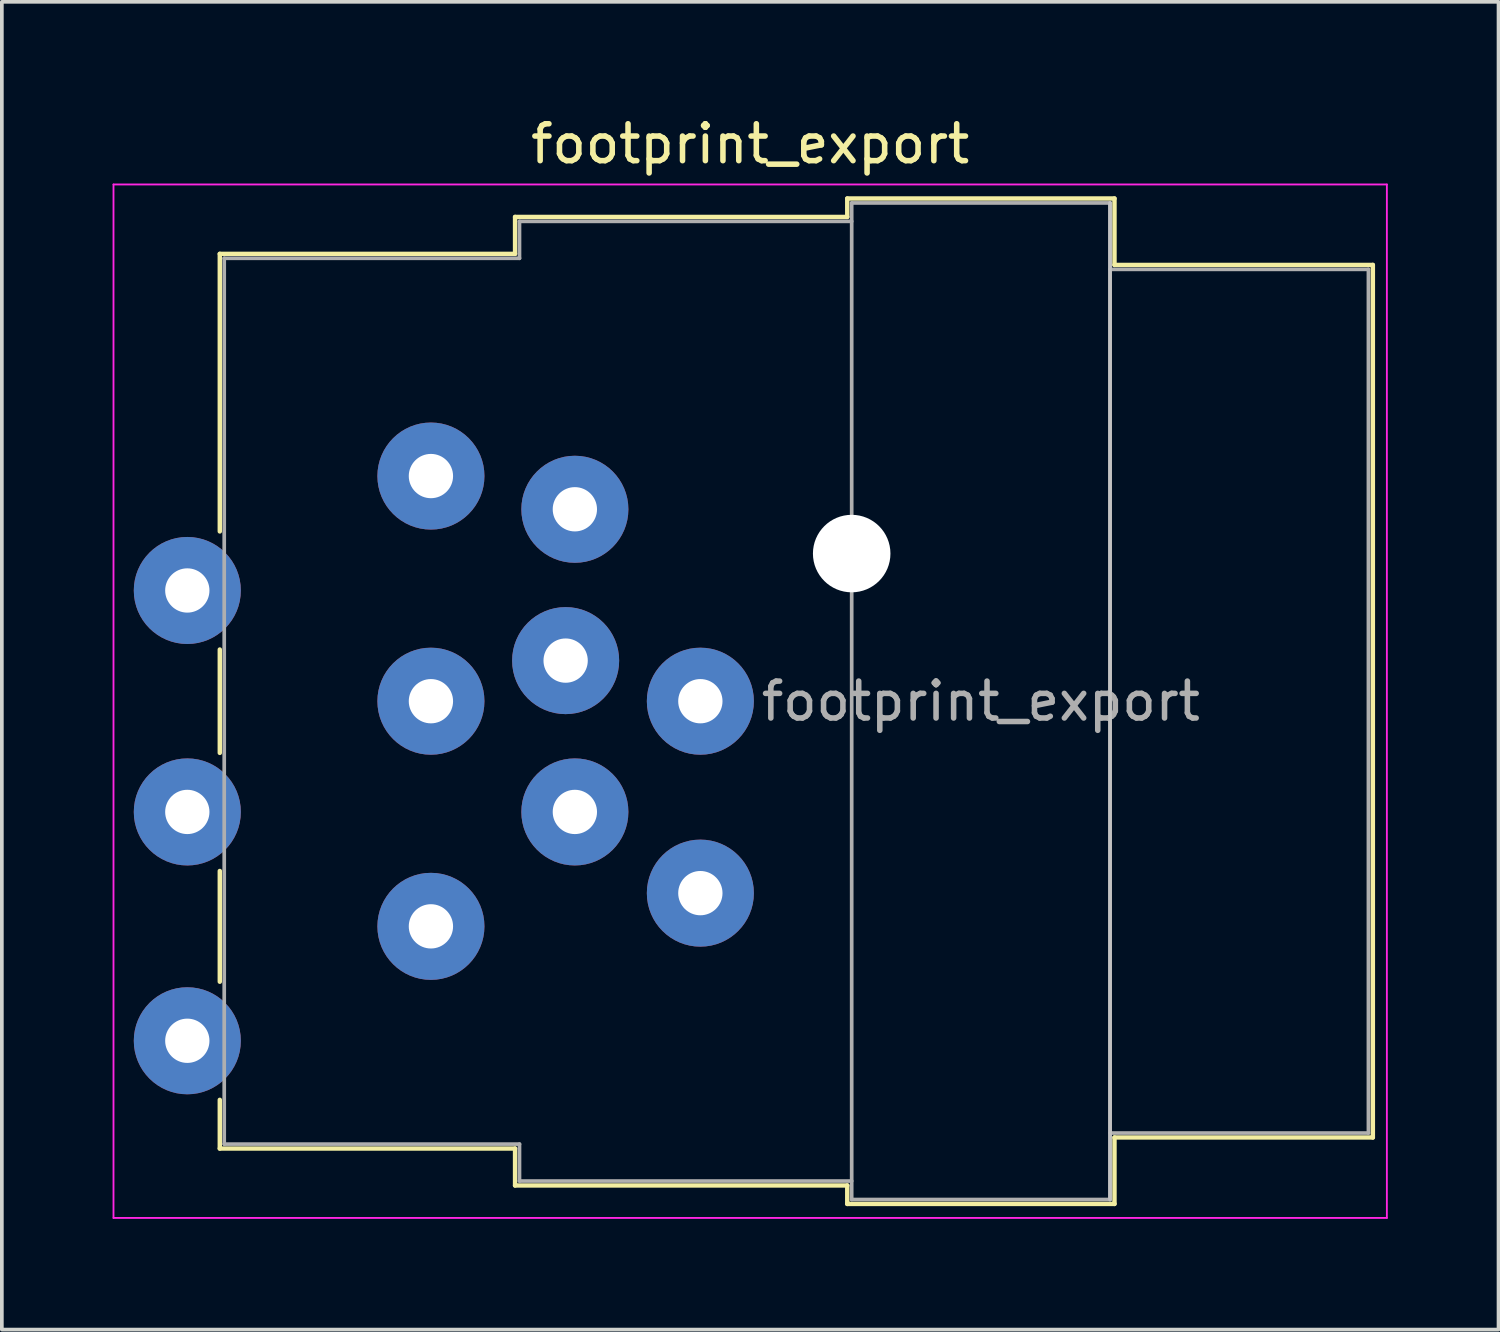
<source format=kicad_pcb>
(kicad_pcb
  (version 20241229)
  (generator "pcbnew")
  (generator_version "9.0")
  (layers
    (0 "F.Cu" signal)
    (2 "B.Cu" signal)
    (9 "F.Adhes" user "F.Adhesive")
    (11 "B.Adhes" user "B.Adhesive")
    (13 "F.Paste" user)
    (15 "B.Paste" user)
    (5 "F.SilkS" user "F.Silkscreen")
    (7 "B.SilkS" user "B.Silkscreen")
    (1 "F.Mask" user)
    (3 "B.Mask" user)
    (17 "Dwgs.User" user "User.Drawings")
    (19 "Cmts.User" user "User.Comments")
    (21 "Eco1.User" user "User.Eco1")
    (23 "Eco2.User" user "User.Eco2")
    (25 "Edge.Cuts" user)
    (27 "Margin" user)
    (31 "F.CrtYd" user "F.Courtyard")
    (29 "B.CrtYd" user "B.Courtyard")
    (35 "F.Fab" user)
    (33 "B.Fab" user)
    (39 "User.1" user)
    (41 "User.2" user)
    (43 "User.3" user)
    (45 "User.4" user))
  (footprint "footprint_export"
    (layer "F.Cu")
    (at 8.625 9.848)
    (property "Reference" "footprint_export" (at 8.65 -9 0) (layer "F.SilkS") (effects (font (size 1 1) (thickness 0.15))))
    (attr through_hole)
    (fp_line (start -5.72 -6.02) (end -5.72 1.5) (stroke (width 0.12) (type solid)) (layer "F.SilkS"))
    (fp_line (start -5.72 4.7) (end -5.72 7.5) (stroke (width 0.12) (type solid)) (layer "F.SilkS"))
    (fp_line (start -5.72 10.7) (end -5.72 13.7) (stroke (width 0.12) (type solid)) (layer "F.SilkS"))
    (fp_line (start -5.72 16.9) (end -5.72 18.22) (stroke (width 0.12) (type solid)) (layer "F.SilkS"))
    (fp_line (start 2.28 -7.02) (end 2.28 -6.02) (stroke (width 0.12) (type solid)) (layer "F.SilkS"))
    (fp_line (start 2.28 -6.02) (end -5.72 -6.02) (stroke (width 0.12) (type solid)) (layer "F.SilkS"))
    (fp_line (start 2.28 18.22) (end -5.72 18.22) (stroke (width 0.12) (type solid)) (layer "F.SilkS"))
    (fp_line (start 2.28 19.22) (end 2.28 18.22) (stroke (width 0.12) (type solid)) (layer "F.SilkS"))
    (fp_line (start 11.28 -7.02) (end 2.28 -7.02) (stroke (width 0.12) (type solid)) (layer "F.SilkS"))
    (fp_line (start 11.28 -7.02) (end 11.28 -7.52) (stroke (width 0.12) (type solid)) (layer "F.SilkS"))
    (fp_line (start 11.28 19.22) (end 2.28 19.22) (stroke (width 0.12) (type solid)) (layer "F.SilkS"))
    (fp_line (start 11.28 19.72) (end 11.28 19.22) (stroke (width 0.12) (type solid)) (layer "F.SilkS"))
    (fp_line (start 18.52 -7.52) (end 11.28 -7.52) (stroke (width 0.12) (type solid)) (layer "F.SilkS"))
    (fp_line (start 18.52 -7.52) (end 18.52 -5.72) (stroke (width 0.12) (type solid)) (layer "F.SilkS"))
    (fp_line (start 18.52 -5.72) (end 25.52 -5.72) (stroke (width 0.12) (type solid)) (layer "F.SilkS"))
    (fp_line (start 18.52 17.92) (end 18.52 19.72) (stroke (width 0.12) (type solid)) (layer "F.SilkS"))
    (fp_line (start 18.52 17.92) (end 25.52 17.92) (stroke (width 0.12) (type solid)) (layer "F.SilkS"))
    (fp_line (start 18.52 19.72) (end 11.28 19.72) (stroke (width 0.12) (type solid)) (layer "F.SilkS"))
    (fp_line (start 25.52 -5.72) (end 25.52 17.92) (stroke (width 0.12) (type solid)) (layer "F.SilkS"))
    (fp_line (start 18.4 -7.4) (end 18.4 19.6) (stroke (width 0.1) (type solid)) (layer "Dwgs.User"))
    (fp_line (start -8.6 -7.9) (end -8.6 20.1) (stroke (width 0.05) (type solid)) (layer "F.CrtYd"))
    (fp_line (start 25.9 -7.9) (end -8.6 -7.9) (stroke (width 0.05) (type solid)) (layer "F.CrtYd"))
    (fp_line (start 25.9 -7.9) (end 25.9 20.1) (stroke (width 0.05) (type solid)) (layer "F.CrtYd"))
    (fp_line (start 25.9 20.1) (end -8.6 20.1) (stroke (width 0.05) (type solid)) (layer "F.CrtYd"))
    (fp_line (start -5.6 -5.9) (end -5.6 18.1) (stroke (width 0.1) (type solid)) (layer "F.Fab"))
    (fp_line (start -5.6 18.1) (end 2.4 18.1) (stroke (width 0.1) (type solid)) (layer "F.Fab"))
    (fp_line (start 2.4 -6.9) (end 2.4 -5.9) (stroke (width 0.1) (type solid)) (layer "F.Fab"))
    (fp_line (start 2.4 -5.9) (end -5.6 -5.9) (stroke (width 0.1) (type solid)) (layer "F.Fab"))
    (fp_line (start 2.4 18.1) (end 2.4 19.1) (stroke (width 0.1) (type solid)) (layer "F.Fab"))
    (fp_line (start 2.4 19.1) (end 11.4 19.1) (stroke (width 0.1) (type solid)) (layer "F.Fab"))
    (fp_line (start 11.4 -7.4) (end 18.4 -7.4) (stroke (width 0.1) (type solid)) (layer "F.Fab"))
    (fp_line (start 11.4 -6.9) (end 2.4 -6.9) (stroke (width 0.1) (type solid)) (layer "F.Fab"))
    (fp_line (start 11.4 19.6) (end 11.4 -7.4) (stroke (width 0.1) (type solid)) (layer "F.Fab"))
    (fp_line (start 18.4 -7.4) (end 18.4 19.6) (stroke (width 0.1) (type solid)) (layer "F.Fab"))
    (fp_line (start 18.4 -5.6) (end 25.4 -5.6) (stroke (width 0.1) (type solid)) (layer "F.Fab"))
    (fp_line (start 18.4 19.6) (end 11.4 19.6) (stroke (width 0.1) (type solid)) (layer "F.Fab"))
    (fp_line (start 25.4 -5.6) (end 25.4 17.8) (stroke (width 0.1) (type solid)) (layer "F.Fab"))
    (fp_line (start 25.4 17.8) (end 18.4 17.8) (stroke (width 0.1) (type solid)) (layer "F.Fab"))
    (fp_text user "${REFERENCE}" (at 14.9 6.1 0) (layer "F.Fab") (effects (font (size 1 1) (thickness 0.15))))
    (pad "" np_thru_hole circle (at 11.4 2.1) (size 2.1 2.1) (drill 2.1) (layers "*.Cu" "*.Mask"))
    (pad "1" thru_hole circle (at 0 0) (size 2.9 2.9) (drill 1.2) (layers "*.Cu" "*.Mask"))
    (pad "2" thru_hole circle (at 0 12.2) (size 2.9 2.9) (drill 1.2) (layers "*.Cu" "*.Mask"))
    (pad "3" thru_hole circle (at 0 6.1) (size 2.9 2.9) (drill 1.2) (layers "*.Cu" "*.Mask"))
    (pad "G" thru_hole circle (at 7.3 6.1) (size 2.9 2.9) (drill 1.2) (layers "*.Cu" "*.Mask"))
    (pad "GN" thru_hole circle (at 3.65 5) (size 2.9 2.9) (drill 1.2) (layers "*.Cu" "*.Mask"))
    (pad "R" thru_hole circle (at 3.9 0.9) (size 2.9 2.9) (drill 1.2) (layers "*.Cu" "*.Mask"))
    (pad "RN" thru_hole circle (at -6.6 3.1) (size 2.9 2.9) (drill 1.2) (layers "*.Cu" "*.Mask"))
    (pad "S" thru_hole circle (at 7.3 11.3) (size 2.9 2.9) (drill 1.2) (layers "*.Cu" "*.Mask"))
    (pad "SN" thru_hole circle (at 3.9 9.1) (size 2.9 2.9) (drill 1.2) (layers "*.Cu" "*.Mask"))
    (pad "T" thru_hole circle (at -6.6 15.3) (size 2.9 2.9) (drill 1.2) (layers "*.Cu" "*.Mask"))
    (pad "TN" thru_hole circle (at -6.6 9.1) (size 2.9 2.9) (drill 1.2) (layers "*.Cu" "*.Mask")))
  (gr_rect
    (start -3 -3)
    (end 37.55 32.973)
    (stroke (width 0.1) (type default))
    (fill no)
    (layer "Edge.Cuts")))
</source>
